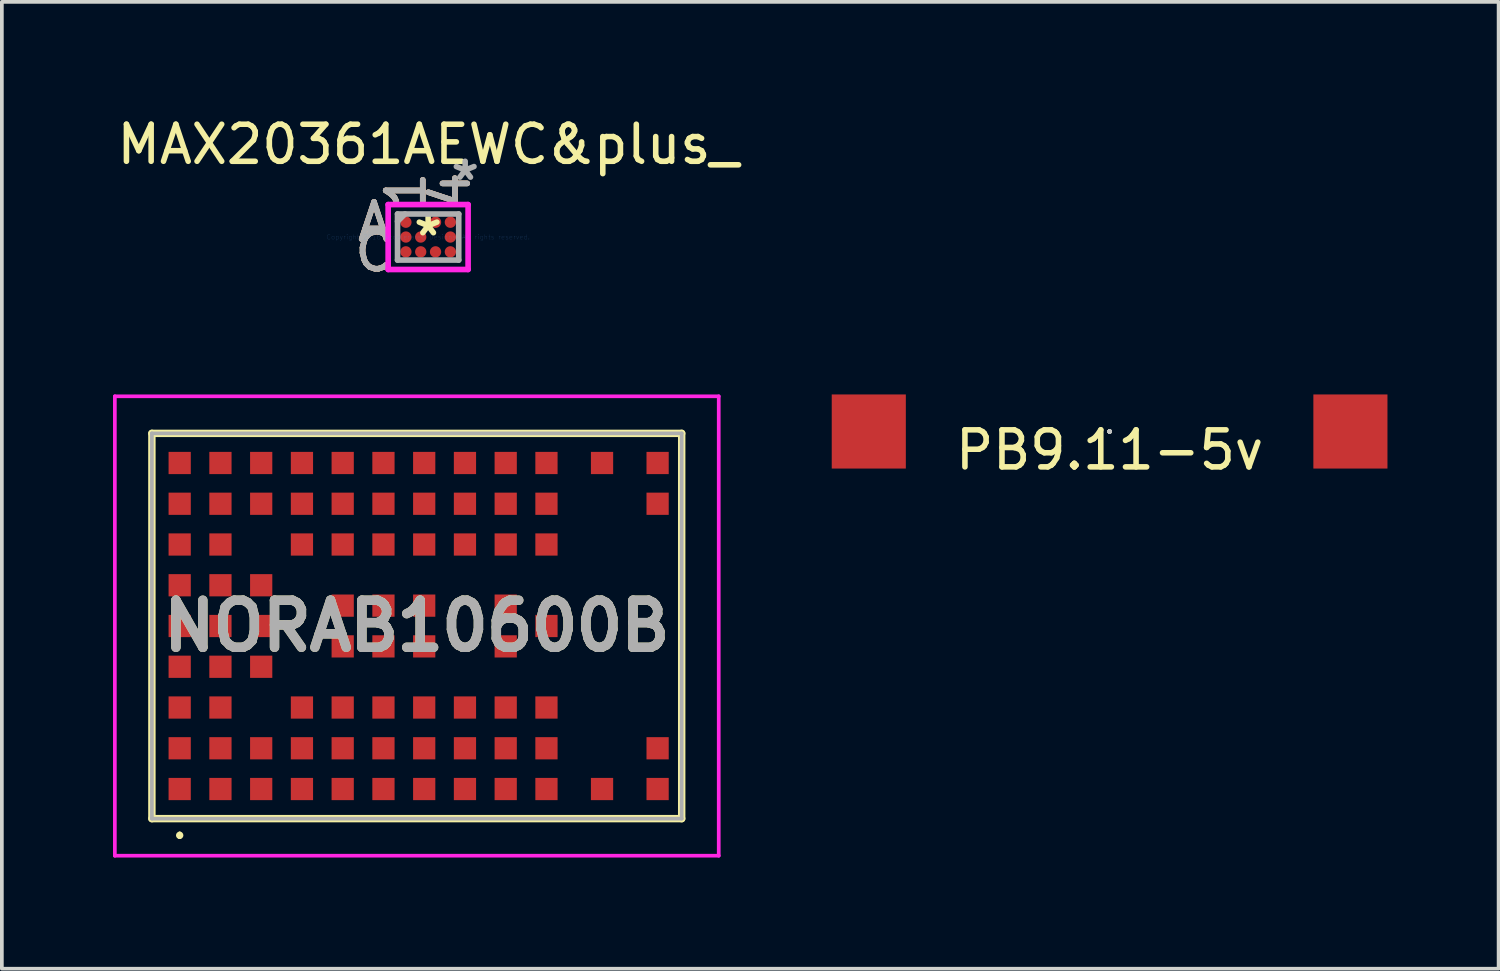
<source format=kicad_pcb>
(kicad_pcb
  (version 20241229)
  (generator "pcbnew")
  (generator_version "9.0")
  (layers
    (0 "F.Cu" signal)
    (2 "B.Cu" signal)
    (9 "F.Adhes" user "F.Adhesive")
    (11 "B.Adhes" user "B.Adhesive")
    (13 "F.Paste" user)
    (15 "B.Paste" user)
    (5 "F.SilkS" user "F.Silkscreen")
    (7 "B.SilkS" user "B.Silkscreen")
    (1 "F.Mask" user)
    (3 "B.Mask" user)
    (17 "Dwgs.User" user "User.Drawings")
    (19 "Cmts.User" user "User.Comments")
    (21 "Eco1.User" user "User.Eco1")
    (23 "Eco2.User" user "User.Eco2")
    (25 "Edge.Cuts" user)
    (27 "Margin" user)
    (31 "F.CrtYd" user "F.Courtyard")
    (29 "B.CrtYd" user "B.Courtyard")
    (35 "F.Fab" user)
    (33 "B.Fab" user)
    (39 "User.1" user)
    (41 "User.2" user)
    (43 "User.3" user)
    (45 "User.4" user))
  (footprint "PB9.11-5v"
    (layer "F.Cu")
    (at 26.9 8.597)
    (property "Reference" "PB9.11-5v" (at 0 0.5 0) (layer "F.SilkS") (effects (font (size 1 1) (thickness 0.15))))
    (attr through_hole)
    (fp_line (start 0 0) (end 0 0) (stroke (width 0.12) (type solid)) (layer "F.SilkS"))
    (fp_line (start 0 0) (end 0 0) (stroke (width 0.12) (type solid)) (layer "F.SilkS"))
    (fp_line (start 0 0) (end 0 0) (stroke (width 0.12) (type solid)) (layer "F.SilkS"))
    (fp_line (start 0 0) (end 0 0) (stroke (width 0.12) (type solid)) (layer "F.SilkS"))
    (fp_line (start 0 0) (end 0 0) (stroke (width 0.12) (type solid)) (layer "F.SilkS"))
    (fp_line (start 0 0) (end 0 0) (stroke (width 0.12) (type solid)) (layer "Dwgs.User"))
    (fp_line (start 0 0) (end 0 0) (stroke (width 0.12) (type solid)) (layer "Dwgs.User"))
    (fp_line (start 0 0) (end 0 0) (stroke (width 0.12) (type solid)) (layer "Dwgs.User"))
    (fp_line (start 0 0) (end 0 0) (stroke (width 0.12) (type solid)) (layer "Dwgs.User"))
    (fp_line (start 0 0) (end 0 0) (stroke (width 0.12) (type solid)) (layer "Dwgs.User"))
    (pad "1" smd rect (at 6.5 0) (size 2 2) (layers "F.Cu" "F.Mask" "F.Paste"))
    (pad "2" smd rect (at -6.5 0) (size 2 2) (layers "F.Cu" "F.Mask" "F.Paste")))
  (footprint "MAX20361AEWC&plus_"
    (layer "F.Cu")
    (at 8.506 3.348)
    (property "Reference" "MAX20361AEWC&plus_" (at 0 -2.5 0) (layer "F.SilkS") (effects (font (size 1 1) (thickness 0.15))))
    (attr through_hole)
    (fp_line (start -1.079 -0.876) (end 1.079 -0.876) (stroke (width 0.152) (type solid)) (layer "F.CrtYd"))
    (fp_line (start -1.079 0.876) (end -1.079 -0.876) (stroke (width 0.152) (type solid)) (layer "F.CrtYd"))
    (fp_line (start 1.079 -0.876) (end 1.079 0.876) (stroke (width 0.152) (type solid)) (layer "F.CrtYd"))
    (fp_line (start 1.079 0.876) (end -1.079 0.876) (stroke (width 0.152) (type solid)) (layer "F.CrtYd"))
    (fp_line (start -0.826 -0.622) (end -0.826 0.622) (stroke (width 0.152) (type solid)) (layer "F.Fab"))
    (fp_line (start -0.826 0.622) (end 0.826 0.622) (stroke (width 0.152) (type solid)) (layer "F.Fab"))
    (fp_line (start -0.625 -0.622) (end -0.826 -0.422) (stroke (width 0.152) (type solid)) (layer "F.Fab"))
    (fp_line (start 0.826 -0.622) (end -0.826 -0.622) (stroke (width 0.152) (type solid)) (layer "F.Fab"))
    (fp_line (start 0.826 0.622) (end 0.826 -0.622) (stroke (width 0.152) (type solid)) (layer "F.Fab"))
    (fp_text user "A" (at -1.46 -0.4 0) (layer "F.SilkS") (effects (font (size 1 1) (thickness 0.15))))
    (fp_text user "*" (at 0 0 0) (layer "F.SilkS") (effects (font (size 1 1) (thickness 0.15))))
    (fp_text user "1" (at -0.6 -1.257 90) (layer "F.SilkS") (effects (font (size 1 1) (thickness 0.15))))
    (fp_text user "4" (at 0.6 -1.257 90) (layer "F.SilkS") (effects (font (size 1 1) (thickness 0.15))))
    (fp_text user "C" (at -1.46 0.4 0) (layer "F.SilkS") (effects (font (size 1 1) (thickness 0.15))))
    (fp_text user "C" (at -1.46 0.4 0) (layer "B.SilkS") (effects (font (size 1 1) (thickness 0.15))))
    (fp_text user "1" (at -0.6 -1.257 90) (layer "B.SilkS") (effects (font (size 1 1) (thickness 0.15))))
    (fp_text user "4" (at 0.6 -1.257 90) (layer "B.SilkS") (effects (font (size 1 1) (thickness 0.15))))
    (fp_text user "A" (at -1.46 -0.4 0) (layer "B.SilkS") (effects (font (size 1 1) (thickness 0.15))))
    (fp_text user "Copyright 2016 Accelerated Designs. All rights reserved." (at 0 0 0) (layer "Cmts.User") (effects (font (size 0.127 0.127) (thickness 0.002))))
    (fp_text user "1" (at -0.6 -1.257 90) (layer "F.Fab") (effects (font (size 1 1) (thickness 0.15))))
    (fp_text user "C" (at -1.46 0.4 0) (layer "F.Fab") (effects (font (size 1 1) (thickness 0.15))))
    (fp_text user "4" (at 0.6 -1.257 90) (layer "F.Fab") (effects (font (size 1 1) (thickness 0.15))))
    (fp_text user "*" (at 1 -1.5 0) (layer "F.Fab") (effects (font (size 1 1) (thickness 0.15))))
    (fp_text user "A" (at -1.46 -0.4 0) (layer "F.Fab") (effects (font (size 1 1) (thickness 0.15))))
    (pad "A1" smd circle (at -0.6 -0.4) (size 0.305 0.305) (layers "F.Cu" "F.Mask" "F.Paste"))
    (pad "A3" smd circle (at 0.2 -0.4) (size 0.305 0.305) (layers "F.Cu" "F.Mask" "F.Paste"))
    (pad "A4" smd circle (at 0.6 -0.4) (size 0.305 0.305) (layers "F.Cu" "F.Mask" "F.Paste"))
    (pad "B1" smd circle (at -0.6 0) (size 0.305 0.305) (layers "F.Cu" "F.Mask" "F.Paste"))
    (pad "B2" smd circle (at -0.2 0) (size 0.305 0.305) (layers "F.Cu" "F.Mask" "F.Paste"))
    (pad "B4" smd circle (at 0.6 0) (size 0.305 0.305) (layers "F.Cu" "F.Mask" "F.Paste"))
    (pad "C1" smd circle (at -0.6 0.4) (size 0.305 0.305) (layers "F.Cu" "F.Mask" "F.Paste"))
    (pad "C2" smd circle (at -0.2 0.4) (size 0.305 0.305) (layers "F.Cu" "F.Mask" "F.Paste"))
    (pad "C3" smd circle (at 0.2 0.4) (size 0.305 0.305) (layers "F.Cu" "F.Mask" "F.Paste"))
    (pad "C4" smd circle (at 0.6 0.4) (size 0.305 0.305) (layers "F.Cu" "F.Mask" "F.Paste")))
  (footprint "NORAB10600B"
    (layer "F.Cu")
    (at 8.2 13.847)
    (property "Reference" "NORAB10600B" (at 0 0 0) (layer "F.SilkS") (effects (font (size 1.27 1.27) (thickness 0.254))))
    (attr smd)
    (fp_line (start -7.15 -5.2) (end 7.15 -5.2) (stroke (width 0.2) (type solid)) (layer "F.SilkS"))
    (fp_line (start -7.15 5.2) (end -7.15 -5.2) (stroke (width 0.2) (type solid)) (layer "F.SilkS"))
    (fp_line (start -6.4 5.6) (end -6.4 5.6) (stroke (width 0.1) (type solid)) (layer "F.SilkS"))
    (fp_line (start -6.4 5.7) (end -6.4 5.7) (stroke (width 0.1) (type solid)) (layer "F.SilkS"))
    (fp_line (start 7.15 -5.2) (end 7.15 5.2) (stroke (width 0.2) (type solid)) (layer "F.SilkS"))
    (fp_line (start 7.15 5.2) (end -7.15 5.2) (stroke (width 0.2) (type solid)) (layer "F.SilkS"))
    (fp_arc (start -6.4 5.6) (mid -6.35 5.65) (end -6.4 5.7) (stroke (width 0.1) (type solid)) (layer "F.SilkS"))
    (fp_arc (start -6.4 5.7) (mid -6.45 5.65) (end -6.4 5.6) (stroke (width 0.1) (type solid)) (layer "F.SilkS"))
    (fp_line (start -8.15 -6.2) (end 8.15 -6.2) (stroke (width 0.1) (type solid)) (layer "F.CrtYd"))
    (fp_line (start -8.15 6.2) (end -8.15 -6.2) (stroke (width 0.1) (type solid)) (layer "F.CrtYd"))
    (fp_line (start 8.15 -6.2) (end 8.15 6.2) (stroke (width 0.1) (type solid)) (layer "F.CrtYd"))
    (fp_line (start 8.15 6.2) (end -8.15 6.2) (stroke (width 0.1) (type solid)) (layer "F.CrtYd"))
    (fp_line (start -7.15 -5.2) (end 7.15 -5.2) (stroke (width 0.1) (type solid)) (layer "F.Fab"))
    (fp_line (start -7.15 5.2) (end -7.15 -5.2) (stroke (width 0.1) (type solid)) (layer "F.Fab"))
    (fp_line (start 7.15 -5.2) (end 7.15 5.2) (stroke (width 0.1) (type solid)) (layer "F.Fab"))
    (fp_line (start 7.15 5.2) (end -7.15 5.2) (stroke (width 0.1) (type solid)) (layer "F.Fab"))
    (fp_text user "${REFERENCE}" (at 0 0 0) (layer "F.Fab") (effects (font (size 1.27 1.27) (thickness 0.254))))
    (pad "A1" smd rect (at -6.4 4.4 90) (size 0.6 0.6) (layers "F.Cu" "F.Mask" "F.Paste"))
    (pad "A2" smd rect (at -6.4 3.3 90) (size 0.6 0.6) (layers "F.Cu" "F.Mask" "F.Paste"))
    (pad "A3" smd rect (at -6.4 2.2 90) (size 0.6 0.6) (layers "F.Cu" "F.Mask" "F.Paste"))
    (pad "A4" smd rect (at -6.4 1.1 90) (size 0.6 0.6) (layers "F.Cu" "F.Mask" "F.Paste"))
    (pad "A5" smd rect (at -6.4 0 90) (size 0.6 0.6) (layers "F.Cu" "F.Mask" "F.Paste"))
    (pad "A6" smd rect (at -6.4 -1.1 90) (size 0.6 0.6) (layers "F.Cu" "F.Mask" "F.Paste"))
    (pad "A7" smd rect (at -6.4 -2.2 90) (size 0.6 0.6) (layers "F.Cu" "F.Mask" "F.Paste"))
    (pad "A8" smd rect (at -6.4 -3.3 90) (size 0.6 0.6) (layers "F.Cu" "F.Mask" "F.Paste"))
    (pad "A9" smd rect (at -6.4 -4.4 90) (size 0.6 0.6) (layers "F.Cu" "F.Mask" "F.Paste"))
    (pad "B1" smd rect (at -5.3 4.4 90) (size 0.6 0.6) (layers "F.Cu" "F.Mask" "F.Paste"))
    (pad "B2" smd rect (at -5.3 3.3 90) (size 0.6 0.6) (layers "F.Cu" "F.Mask" "F.Paste"))
    (pad "B3" smd rect (at -5.3 2.2 90) (size 0.6 0.6) (layers "F.Cu" "F.Mask" "F.Paste"))
    (pad "B4" smd rect (at -5.3 1.1 90) (size 0.6 0.6) (layers "F.Cu" "F.Mask" "F.Paste"))
    (pad "B5" smd rect (at -5.3 0 90) (size 0.6 0.6) (layers "F.Cu" "F.Mask" "F.Paste"))
    (pad "B6" smd rect (at -5.3 -1.1 90) (size 0.6 0.6) (layers "F.Cu" "F.Mask" "F.Paste"))
    (pad "B7" smd rect (at -5.3 -2.2 90) (size 0.6 0.6) (layers "F.Cu" "F.Mask" "F.Paste"))
    (pad "B8" smd rect (at -5.3 -3.3 90) (size 0.6 0.6) (layers "F.Cu" "F.Mask" "F.Paste"))
    (pad "B9" smd rect (at -5.3 -4.4 90) (size 0.6 0.6) (layers "F.Cu" "F.Mask" "F.Paste"))
    (pad "C1" smd rect (at -4.2 4.4 90) (size 0.6 0.6) (layers "F.Cu" "F.Mask" "F.Paste"))
    (pad "C2" smd rect (at -4.2 3.3 90) (size 0.6 0.6) (layers "F.Cu" "F.Mask" "F.Paste"))
    (pad "C4" smd rect (at -4.2 1.1 90) (size 0.6 0.6) (layers "F.Cu" "F.Mask" "F.Paste"))
    (pad "C5" smd rect (at -4.2 0 90) (size 0.6 0.6) (layers "F.Cu" "F.Mask" "F.Paste"))
    (pad "C6" smd rect (at -4.2 -1.1 90) (size 0.6 0.6) (layers "F.Cu" "F.Mask" "F.Paste"))
    (pad "C8" smd rect (at -4.2 -3.3 90) (size 0.6 0.6) (layers "F.Cu" "F.Mask" "F.Paste"))
    (pad "C9" smd rect (at -4.2 -4.4 90) (size 0.6 0.6) (layers "F.Cu" "F.Mask" "F.Paste"))
    (pad "D1" smd rect (at -3.1 4.4 90) (size 0.6 0.6) (layers "F.Cu" "F.Mask" "F.Paste"))
    (pad "D2" smd rect (at -3.1 3.3 90) (size 0.6 0.6) (layers "F.Cu" "F.Mask" "F.Paste"))
    (pad "D3" smd rect (at -3.1 2.2 90) (size 0.6 0.6) (layers "F.Cu" "F.Mask" "F.Paste"))
    (pad "D7" smd rect (at -3.1 -2.2 90) (size 0.6 0.6) (layers "F.Cu" "F.Mask" "F.Paste"))
    (pad "D8" smd rect (at -3.1 -3.3 90) (size 0.6 0.6) (layers "F.Cu" "F.Mask" "F.Paste"))
    (pad "D9" smd rect (at -3.1 -4.4 90) (size 0.6 0.6) (layers "F.Cu" "F.Mask" "F.Paste"))
    (pad "E1" smd rect (at -2 4.4 90) (size 0.6 0.6) (layers "F.Cu" "F.Mask" "F.Paste"))
    (pad "E2" smd rect (at -2 3.3 90) (size 0.6 0.6) (layers "F.Cu" "F.Mask" "F.Paste"))
    (pad "E3" smd rect (at -2 2.2 90) (size 0.6 0.6) (layers "F.Cu" "F.Mask" "F.Paste"))
    (pad "E4" smd rect (at -2 0.55 90) (size 0.6 0.6) (layers "F.Cu" "F.Mask" "F.Paste"))
    (pad "E5" smd rect (at -2 -0.55 90) (size 0.6 0.6) (layers "F.Cu" "F.Mask" "F.Paste"))
    (pad "E7" smd rect (at -2 -2.2 90) (size 0.6 0.6) (layers "F.Cu" "F.Mask" "F.Paste"))
    (pad "E8" smd rect (at -2 -3.3 90) (size 0.6 0.6) (layers "F.Cu" "F.Mask" "F.Paste"))
    (pad "E9" smd rect (at -2 -4.4 90) (size 0.6 0.6) (layers "F.Cu" "F.Mask" "F.Paste"))
    (pad "F1" smd rect (at -0.9 4.4 90) (size 0.6 0.6) (layers "F.Cu" "F.Mask" "F.Paste"))
    (pad "F2" smd rect (at -0.9 3.3 90) (size 0.6 0.6) (layers "F.Cu" "F.Mask" "F.Paste"))
    (pad "F3" smd rect (at -0.9 2.2 90) (size 0.6 0.6) (layers "F.Cu" "F.Mask" "F.Paste"))
    (pad "F4" smd rect (at -0.9 0.55 90) (size 0.6 0.6) (layers "F.Cu" "F.Mask" "F.Paste"))
    (pad "F5" smd rect (at -0.9 -0.55 90) (size 0.6 0.6) (layers "F.Cu" "F.Mask" "F.Paste"))
    (pad "F7" smd rect (at -0.9 -2.2 90) (size 0.6 0.6) (layers "F.Cu" "F.Mask" "F.Paste"))
    (pad "F8" smd rect (at -0.9 -3.3 90) (size 0.6 0.6) (layers "F.Cu" "F.Mask" "F.Paste"))
    (pad "F9" smd rect (at -0.9 -4.4 90) (size 0.6 0.6) (layers "F.Cu" "F.Mask" "F.Paste"))
    (pad "G1" smd rect (at 0.2 4.4 90) (size 0.6 0.6) (layers "F.Cu" "F.Mask" "F.Paste"))
    (pad "G2" smd rect (at 0.2 3.3 90) (size 0.6 0.6) (layers "F.Cu" "F.Mask" "F.Paste"))
    (pad "G3" smd rect (at 0.2 2.2 90) (size 0.6 0.6) (layers "F.Cu" "F.Mask" "F.Paste"))
    (pad "G4" smd rect (at 0.2 0.55 90) (size 0.6 0.6) (layers "F.Cu" "F.Mask" "F.Paste"))
    (pad "G5" smd rect (at 0.2 -0.55 90) (size 0.6 0.6) (layers "F.Cu" "F.Mask" "F.Paste"))
    (pad "G7" smd rect (at 0.2 -2.2 90) (size 0.6 0.6) (layers "F.Cu" "F.Mask" "F.Paste"))
    (pad "G8" smd rect (at 0.2 -3.3 90) (size 0.6 0.6) (layers "F.Cu" "F.Mask" "F.Paste"))
    (pad "G9" smd rect (at 0.2 -4.4 90) (size 0.6 0.6) (layers "F.Cu" "F.Mask" "F.Paste"))
    (pad "H1" smd rect (at 1.3 4.4 90) (size 0.6 0.6) (layers "F.Cu" "F.Mask" "F.Paste"))
    (pad "H2" smd rect (at 1.3 3.3 90) (size 0.6 0.6) (layers "F.Cu" "F.Mask" "F.Paste"))
    (pad "H3" smd rect (at 1.3 2.2 90) (size 0.6 0.6) (layers "F.Cu" "F.Mask" "F.Paste"))
    (pad "H7" smd rect (at 1.3 -2.2 90) (size 0.6 0.6) (layers "F.Cu" "F.Mask" "F.Paste"))
    (pad "H8" smd rect (at 1.3 -3.3 90) (size 0.6 0.6) (layers "F.Cu" "F.Mask" "F.Paste"))
    (pad "H9" smd rect (at 1.3 -4.4 90) (size 0.6 0.6) (layers "F.Cu" "F.Mask" "F.Paste"))
    (pad "J1" smd rect (at 2.4 4.4 90) (size 0.6 0.6) (layers "F.Cu" "F.Mask" "F.Paste"))
    (pad "J2" smd rect (at 2.4 3.3 90) (size 0.6 0.6) (layers "F.Cu" "F.Mask" "F.Paste"))
    (pad "J3" smd rect (at 2.4 2.2 90) (size 0.6 0.6) (layers "F.Cu" "F.Mask" "F.Paste"))
    (pad "J4" smd rect (at 2.4 0.55 90) (size 0.6 0.6) (layers "F.Cu" "F.Mask" "F.Paste"))
    (pad "J5" smd rect (at 2.4 -0.55 90) (size 0.6 0.6) (layers "F.Cu" "F.Mask" "F.Paste"))
    (pad "J7" smd rect (at 2.4 -2.2 90) (size 0.6 0.6) (layers "F.Cu" "F.Mask" "F.Paste"))
    (pad "J8" smd rect (at 2.4 -3.3 90) (size 0.6 0.6) (layers "F.Cu" "F.Mask" "F.Paste"))
    (pad "J9" smd rect (at 2.4 -4.4 90) (size 0.6 0.6) (layers "F.Cu" "F.Mask" "F.Paste"))
    (pad "K1" smd rect (at 3.5 4.4 90) (size 0.6 0.6) (layers "F.Cu" "F.Mask" "F.Paste"))
    (pad "K2" smd rect (at 3.5 3.3 90) (size 0.6 0.6) (layers "F.Cu" "F.Mask" "F.Paste"))
    (pad "K3" smd rect (at 3.5 2.2 90) (size 0.6 0.6) (layers "F.Cu" "F.Mask" "F.Paste"))
    (pad "K5" smd rect (at 3.5 0 90) (size 0.6 0.6) (layers "F.Cu" "F.Mask" "F.Paste"))
    (pad "K7" smd rect (at 3.5 -2.2 90) (size 0.6 0.6) (layers "F.Cu" "F.Mask" "F.Paste"))
    (pad "K8" smd rect (at 3.5 -3.3 90) (size 0.6 0.6) (layers "F.Cu" "F.Mask" "F.Paste"))
    (pad "K9" smd rect (at 3.5 -4.4 90) (size 0.6 0.6) (layers "F.Cu" "F.Mask" "F.Paste"))
    (pad "L1" smd rect (at 5 4.4 90) (size 0.6 0.6) (layers "F.Cu" "F.Mask" "F.Paste"))
    (pad "L9" smd rect (at 5 -4.4 90) (size 0.6 0.6) (layers "F.Cu" "F.Mask" "F.Paste"))
    (pad "M1" smd rect (at 6.5 4.4 90) (size 0.6 0.6) (layers "F.Cu" "F.Mask" "F.Paste"))
    (pad "M2" smd rect (at 6.5 3.3 90) (size 0.6 0.6) (layers "F.Cu" "F.Mask" "F.Paste"))
    (pad "M8" smd rect (at 6.5 -3.3 90) (size 0.6 0.6) (layers "F.Cu" "F.Mask" "F.Paste"))
    (pad "M9" smd rect (at 6.5 -4.4 90) (size 0.6 0.6) (layers "F.Cu" "F.Mask" "F.Paste")))
  (gr_rect
    (start -3 -3)
    (end 37.4 23.097)
    (stroke (width 0.1) (type default))
    (fill no)
    (layer "Edge.Cuts")))
</source>
